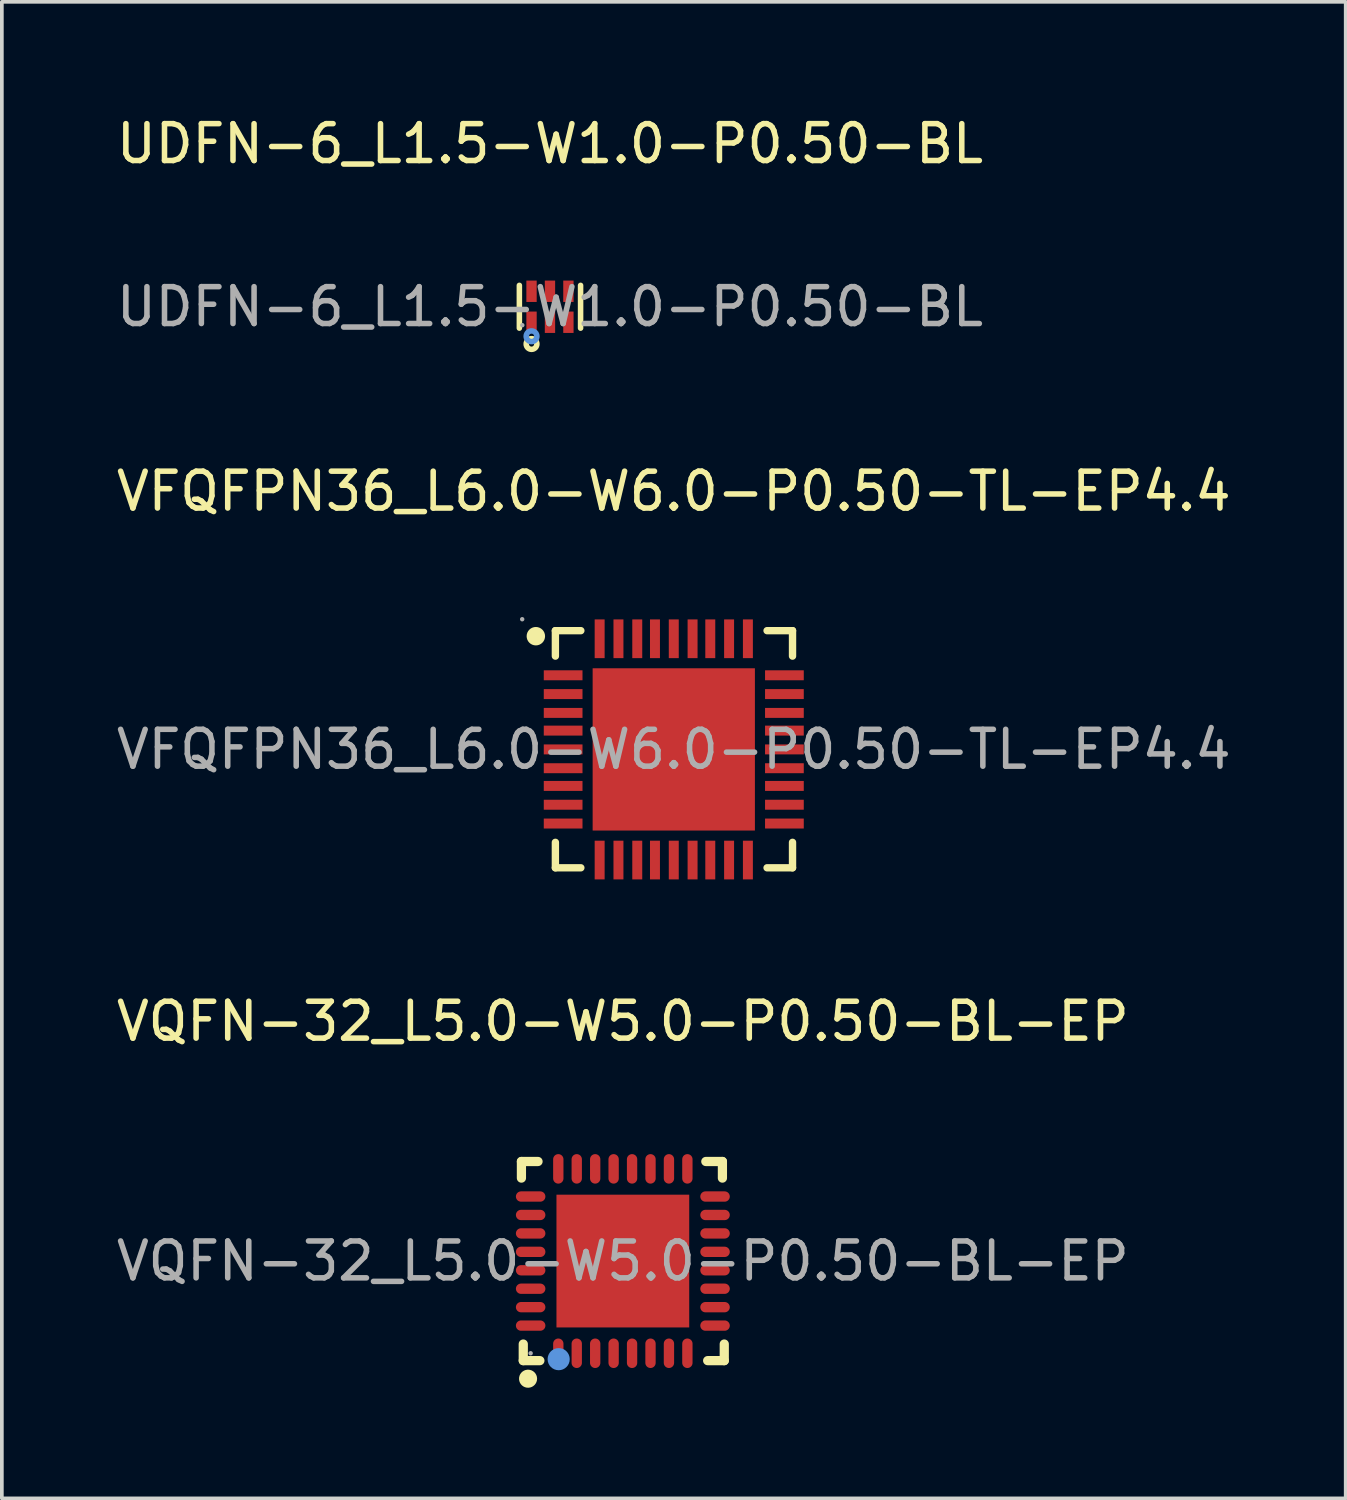
<source format=kicad_pcb>
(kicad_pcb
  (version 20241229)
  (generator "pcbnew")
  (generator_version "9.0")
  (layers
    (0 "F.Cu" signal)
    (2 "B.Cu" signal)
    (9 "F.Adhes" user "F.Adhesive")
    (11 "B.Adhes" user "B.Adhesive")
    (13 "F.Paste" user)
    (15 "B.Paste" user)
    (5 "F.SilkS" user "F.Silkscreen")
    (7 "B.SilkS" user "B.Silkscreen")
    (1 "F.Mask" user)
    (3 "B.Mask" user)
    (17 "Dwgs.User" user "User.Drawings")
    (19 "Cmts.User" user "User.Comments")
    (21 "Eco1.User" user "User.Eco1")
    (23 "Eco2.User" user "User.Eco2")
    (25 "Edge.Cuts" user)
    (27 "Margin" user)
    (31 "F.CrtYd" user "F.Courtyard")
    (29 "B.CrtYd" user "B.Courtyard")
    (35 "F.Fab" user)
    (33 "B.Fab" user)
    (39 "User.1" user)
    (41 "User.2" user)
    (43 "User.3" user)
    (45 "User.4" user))
  (footprint "VFQFPN36_L6.0-W6.0-P0.50-TL-EP4.4"
    (layer "F.Cu")
    (at 15.22 17.271)
    (property "Reference" "VFQFPN36_L6.0-W6.0-P0.50-TL-EP4.4" (at 0 -7 0) (layer "F.SilkS") (effects (font (size 1 1) (thickness 0.15))))
    (attr through_hole)
    (fp_line (start -3.21 -3.22) (end -2.52 -3.22) (stroke (width 0.2) (type solid)) (layer "F.SilkS"))
    (fp_line (start -3.21 -2.53) (end -3.21 -3.22) (stroke (width 0.2) (type solid)) (layer "F.SilkS"))
    (fp_line (start -3.21 2.52) (end -3.21 3.21) (stroke (width 0.2) (type solid)) (layer "F.SilkS"))
    (fp_line (start -3.21 3.21) (end -2.52 3.21) (stroke (width 0.2) (type solid)) (layer "F.SilkS"))
    (fp_line (start 2.53 -3.22) (end 3.22 -3.22) (stroke (width 0.2) (type solid)) (layer "F.SilkS"))
    (fp_line (start 2.53 3.21) (end 3.22 3.21) (stroke (width 0.2) (type solid)) (layer "F.SilkS"))
    (fp_line (start 3.22 -3.22) (end 3.22 -2.53) (stroke (width 0.2) (type solid)) (layer "F.SilkS"))
    (fp_line (start 3.22 3.21) (end 3.22 2.52) (stroke (width 0.2) (type solid)) (layer "F.SilkS"))
    (fp_arc (start -3.74 -3.07) (mid -3.74 -3.07) (end -3.74 -3.07) (stroke (width 0.25) (type solid)) (layer "F.SilkS"))
    (fp_circle (center -4.11 -3.53) (end -4.08 -3.53) (stroke (width 0.06) (type solid)) (fill no) (layer "F.Fab"))
    (fp_text user "${REFERENCE}" (at 0 0 0) (layer "F.Fab") (effects (font (size 1 1) (thickness 0.15))))
    (pad "1" smd rect (at -3 -2.01 90) (size 0.27 1.05) (layers "F.Cu" "F.Mask" "F.Paste"))
    (pad "2" smd rect (at -3 -1.5 90) (size 0.27 1.05) (layers "F.Cu" "F.Mask" "F.Paste"))
    (pad "3" smd rect (at -3 -0.99 90) (size 0.27 1.05) (layers "F.Cu" "F.Mask" "F.Paste"))
    (pad "4" smd rect (at -3 -0.51 90) (size 0.27 1.05) (layers "F.Cu" "F.Mask" "F.Paste"))
    (pad "5" smd rect (at -3 0 90) (size 0.27 1.05) (layers "F.Cu" "F.Mask" "F.Paste"))
    (pad "6" smd rect (at -3 0.51 90) (size 0.27 1.05) (layers "F.Cu" "F.Mask" "F.Paste"))
    (pad "7" smd rect (at -3 0.99 90) (size 0.27 1.05) (layers "F.Cu" "F.Mask" "F.Paste"))
    (pad "8" smd rect (at -3 1.5 90) (size 0.27 1.05) (layers "F.Cu" "F.Mask" "F.Paste"))
    (pad "9" smd rect (at -3 2.01 90) (size 0.27 1.05) (layers "F.Cu" "F.Mask" "F.Paste"))
    (pad "10" smd rect (at -2.01 3) (size 0.27 1.05) (layers "F.Cu" "F.Mask" "F.Paste"))
    (pad "11" smd rect (at -1.5 3) (size 0.27 1.05) (layers "F.Cu" "F.Mask" "F.Paste"))
    (pad "12" smd rect (at -0.99 3) (size 0.27 1.05) (layers "F.Cu" "F.Mask" "F.Paste"))
    (pad "13" smd rect (at -0.51 3) (size 0.27 1.05) (layers "F.Cu" "F.Mask" "F.Paste"))
    (pad "14" smd rect (at 0 3) (size 0.27 1.05) (layers "F.Cu" "F.Mask" "F.Paste"))
    (pad "15" smd rect (at 0.51 3) (size 0.27 1.05) (layers "F.Cu" "F.Mask" "F.Paste"))
    (pad "16" smd rect (at 0.99 3) (size 0.27 1.05) (layers "F.Cu" "F.Mask" "F.Paste"))
    (pad "17" smd rect (at 1.5 3) (size 0.27 1.05) (layers "F.Cu" "F.Mask" "F.Paste"))
    (pad "18" smd rect (at 2.01 3) (size 0.27 1.05) (layers "F.Cu" "F.Mask" "F.Paste"))
    (pad "19" smd rect (at 3 2.01 90) (size 0.27 1.05) (layers "F.Cu" "F.Mask" "F.Paste"))
    (pad "20" smd rect (at 3 1.5 90) (size 0.27 1.05) (layers "F.Cu" "F.Mask" "F.Paste"))
    (pad "21" smd rect (at 3 0.99 90) (size 0.27 1.05) (layers "F.Cu" "F.Mask" "F.Paste"))
    (pad "22" smd rect (at 3 0.51 90) (size 0.27 1.05) (layers "F.Cu" "F.Mask" "F.Paste"))
    (pad "23" smd rect (at 3 0 90) (size 0.27 1.05) (layers "F.Cu" "F.Mask" "F.Paste"))
    (pad "24" smd rect (at 3 -0.51 90) (size 0.27 1.05) (layers "F.Cu" "F.Mask" "F.Paste"))
    (pad "25" smd rect (at 3 -0.99 90) (size 0.27 1.05) (layers "F.Cu" "F.Mask" "F.Paste"))
    (pad "26" smd rect (at 3 -1.5 90) (size 0.27 1.05) (layers "F.Cu" "F.Mask" "F.Paste"))
    (pad "27" smd rect (at 3 -2.01 90) (size 0.27 1.05) (layers "F.Cu" "F.Mask" "F.Paste"))
    (pad "28" smd rect (at 2.01 -3) (size 0.27 1.05) (layers "F.Cu" "F.Mask" "F.Paste"))
    (pad "29" smd rect (at 1.5 -3) (size 0.27 1.05) (layers "F.Cu" "F.Mask" "F.Paste"))
    (pad "30" smd rect (at 0.99 -3) (size 0.27 1.05) (layers "F.Cu" "F.Mask" "F.Paste"))
    (pad "31" smd rect (at 0.51 -3) (size 0.27 1.05) (layers "F.Cu" "F.Mask" "F.Paste"))
    (pad "32" smd rect (at 0 -3) (size 0.27 1.05) (layers "F.Cu" "F.Mask" "F.Paste"))
    (pad "33" smd rect (at -0.51 -3) (size 0.27 1.05) (layers "F.Cu" "F.Mask" "F.Paste"))
    (pad "34" smd rect (at -0.99 -3) (size 0.27 1.05) (layers "F.Cu" "F.Mask" "F.Paste"))
    (pad "35" smd rect (at -1.5 -3) (size 0.27 1.05) (layers "F.Cu" "F.Mask" "F.Paste"))
    (pad "36" smd rect (at -2.01 -3) (size 0.27 1.05) (layers "F.Cu" "F.Mask" "F.Paste"))
    (pad "37" smd rect (at 0 0) (size 4.4 4.4) (layers "F.Cu" "F.Mask" "F.Paste")))
  (footprint "VQFN-32_L5.0-W5.0-P0.50-BL-EP"
    (layer "F.Cu")
    (at 13.839 31.145)
    (property "Reference" "VQFN-32_L5.0-W5.0-P0.50-BL-EP" (at 0 -6.5 0) (layer "F.SilkS") (effects (font (size 1 1) (thickness 0.15))))
    (attr through_hole)
    (fp_line (start -2.75 -2.7) (end -2.75 -2.25) (stroke (width 0.25) (type solid)) (layer "F.SilkS"))
    (fp_line (start -2.7 2.7) (end -2.7 2.25) (stroke (width 0.25) (type solid)) (layer "F.SilkS"))
    (fp_line (start -2.3 -2.7) (end -2.75 -2.7) (stroke (width 0.25) (type solid)) (layer "F.SilkS"))
    (fp_line (start -2.25 2.7) (end -2.7 2.7) (stroke (width 0.25) (type solid)) (layer "F.SilkS"))
    (fp_line (start 2.3 2.7) (end 2.75 2.7) (stroke (width 0.25) (type solid)) (layer "F.SilkS"))
    (fp_line (start 2.7 -2.7) (end 2.25 -2.7) (stroke (width 0.25) (type solid)) (layer "F.SilkS"))
    (fp_line (start 2.7 -2.25) (end 2.7 -2.7) (stroke (width 0.25) (type solid)) (layer "F.SilkS"))
    (fp_line (start 2.75 2.7) (end 2.75 2.25) (stroke (width 0.25) (type solid)) (layer "F.SilkS"))
    (fp_arc (start -2.57 3.07) (mid -2.564996 3.309896) (end -2.58 3.070417) (stroke (width 0.25) (type solid)) (layer "F.SilkS"))
    (fp_circle (center -1.74 2.66) (end -1.59 2.66) (stroke (width 0.3) (type solid)) (fill no) (layer "Cmts.User"))
    (fp_circle (center -2.5 2.5) (end -2.47 2.5) (stroke (width 0.06) (type solid)) (fill no) (layer "F.Fab"))
    (fp_text user "${REFERENCE}" (at 0 0 0) (layer "F.Fab") (effects (font (size 1 1) (thickness 0.15))))
    (pad "1" smd oval (at -1.75 2.5) (size 0.28 0.8) (layers "F.Cu" "F.Mask" "F.Paste"))
    (pad "2" smd oval (at -1.25 2.5) (size 0.28 0.8) (layers "F.Cu" "F.Mask" "F.Paste"))
    (pad "3" smd oval (at -0.75 2.5) (size 0.28 0.8) (layers "F.Cu" "F.Mask" "F.Paste"))
    (pad "4" smd oval (at -0.25 2.5) (size 0.28 0.8) (layers "F.Cu" "F.Mask" "F.Paste"))
    (pad "5" smd oval (at 0.25 2.5) (size 0.28 0.8) (layers "F.Cu" "F.Mask" "F.Paste"))
    (pad "6" smd oval (at 0.75 2.5) (size 0.28 0.8) (layers "F.Cu" "F.Mask" "F.Paste"))
    (pad "7" smd oval (at 1.25 2.5) (size 0.28 0.8) (layers "F.Cu" "F.Mask" "F.Paste"))
    (pad "8" smd oval (at 1.75 2.5) (size 0.28 0.8) (layers "F.Cu" "F.Mask" "F.Paste"))
    (pad "9" smd oval (at 2.5 1.75) (size 0.8 0.28) (layers "F.Cu" "F.Mask" "F.Paste"))
    (pad "10" smd oval (at 2.5 1.25) (size 0.8 0.28) (layers "F.Cu" "F.Mask" "F.Paste"))
    (pad "11" smd oval (at 2.5 0.75) (size 0.8 0.28) (layers "F.Cu" "F.Mask" "F.Paste"))
    (pad "12" smd oval (at 2.5 0.25) (size 0.8 0.28) (layers "F.Cu" "F.Mask" "F.Paste"))
    (pad "13" smd oval (at 2.5 -0.25) (size 0.8 0.28) (layers "F.Cu" "F.Mask" "F.Paste"))
    (pad "14" smd oval (at 2.5 -0.75) (size 0.8 0.28) (layers "F.Cu" "F.Mask" "F.Paste"))
    (pad "15" smd oval (at 2.5 -1.25) (size 0.8 0.28) (layers "F.Cu" "F.Mask" "F.Paste"))
    (pad "16" smd oval (at 2.5 -1.75) (size 0.8 0.28) (layers "F.Cu" "F.Mask" "F.Paste"))
    (pad "17" smd oval (at 1.75 -2.5) (size 0.28 0.8) (layers "F.Cu" "F.Mask" "F.Paste"))
    (pad "18" smd oval (at 1.25 -2.5) (size 0.28 0.8) (layers "F.Cu" "F.Mask" "F.Paste"))
    (pad "19" smd oval (at 0.75 -2.5) (size 0.28 0.8) (layers "F.Cu" "F.Mask" "F.Paste"))
    (pad "20" smd oval (at 0.25 -2.5) (size 0.28 0.8) (layers "F.Cu" "F.Mask" "F.Paste"))
    (pad "21" smd oval (at -0.25 -2.5) (size 0.28 0.8) (layers "F.Cu" "F.Mask" "F.Paste"))
    (pad "22" smd oval (at -0.75 -2.5) (size 0.28 0.8) (layers "F.Cu" "F.Mask" "F.Paste"))
    (pad "23" smd oval (at -1.25 -2.5) (size 0.28 0.8) (layers "F.Cu" "F.Mask" "F.Paste"))
    (pad "24" smd oval (at -1.75 -2.5) (size 0.28 0.8) (layers "F.Cu" "F.Mask" "F.Paste"))
    (pad "25" smd oval (at -2.5 -1.75) (size 0.8 0.28) (layers "F.Cu" "F.Mask" "F.Paste"))
    (pad "26" smd oval (at -2.5 -1.25) (size 0.8 0.28) (layers "F.Cu" "F.Mask" "F.Paste"))
    (pad "27" smd oval (at -2.5 -0.75) (size 0.8 0.28) (layers "F.Cu" "F.Mask" "F.Paste"))
    (pad "28" smd oval (at -2.5 -0.25) (size 0.8 0.28) (layers "F.Cu" "F.Mask" "F.Paste"))
    (pad "29" smd oval (at -2.5 0.25) (size 0.8 0.28) (layers "F.Cu" "F.Mask" "F.Paste"))
    (pad "30" smd oval (at -2.5 0.75) (size 0.8 0.28) (layers "F.Cu" "F.Mask" "F.Paste"))
    (pad "31" smd oval (at -2.5 1.25) (size 0.8 0.28) (layers "F.Cu" "F.Mask" "F.Paste"))
    (pad "32" smd oval (at -2.5 1.75) (size 0.8 0.28) (layers "F.Cu" "F.Mask" "F.Paste"))
    (pad "33" smd rect (at 0 0) (size 3.6 3.6) (layers "F.Cu" "F.Mask" "F.Paste")))
  (footprint "UDFN-6_L1.5-W1.0-P0.50-BL"
    (layer "F.Cu")
    (at 11.863 5.268)
    (property "Reference" "UDFN-6_L1.5-W1.0-P0.50-BL" (at 0 -4.42 0) (layer "F.SilkS") (effects (font (size 1 1) (thickness 0.15))))
    (attr through_hole)
    (fp_line (start -0.83 0.58) (end -0.83 -0.58) (stroke (width 0.15) (type solid)) (layer "F.SilkS"))
    (fp_line (start 0.83 0.58) (end 0.83 -0.58) (stroke (width 0.15) (type solid)) (layer "F.SilkS"))
    (fp_circle (center -0.5 1.01) (end -0.43 1.01) (stroke (width 0.15) (type solid)) (fill no) (layer "F.SilkS"))
    (fp_circle (center -0.5 0.8) (end -0.43 0.8) (stroke (width 0.15) (type solid)) (fill no) (layer "Cmts.User"))
    (fp_circle (center -0.75 0.5) (end -0.72 0.5) (stroke (width 0.06) (type solid)) (fill no) (layer "F.Fab"))
    (fp_text user "${REFERENCE}" (at 0 0 0) (layer "F.Fab") (effects (font (size 1 1) (thickness 0.15))))
    (pad "1" smd rect (at -0.5 0.42) (size 0.28 0.58) (layers "F.Cu" "F.Mask" "F.Paste"))
    (pad "2" smd rect (at 0 0.42) (size 0.28 0.58) (layers "F.Cu" "F.Mask" "F.Paste"))
    (pad "3" smd rect (at 0.5 0.42) (size 0.28 0.58) (layers "F.Cu" "F.Mask" "F.Paste"))
    (pad "4" smd rect (at 0.5 -0.42) (size 0.28 0.58) (layers "F.Cu" "F.Mask" "F.Paste"))
    (pad "5" smd rect (at 0 -0.42) (size 0.28 0.58) (layers "F.Cu" "F.Mask" "F.Paste"))
    (pad "6" smd rect (at -0.5 -0.42) (size 0.28 0.58) (layers "F.Cu" "F.Mask" "F.Paste")))
  (gr_rect
    (start -3 -3)
    (end 33.44 37.58)
    (stroke (width 0.1) (type default))
    (fill no)
    (layer "Edge.Cuts")))
</source>
